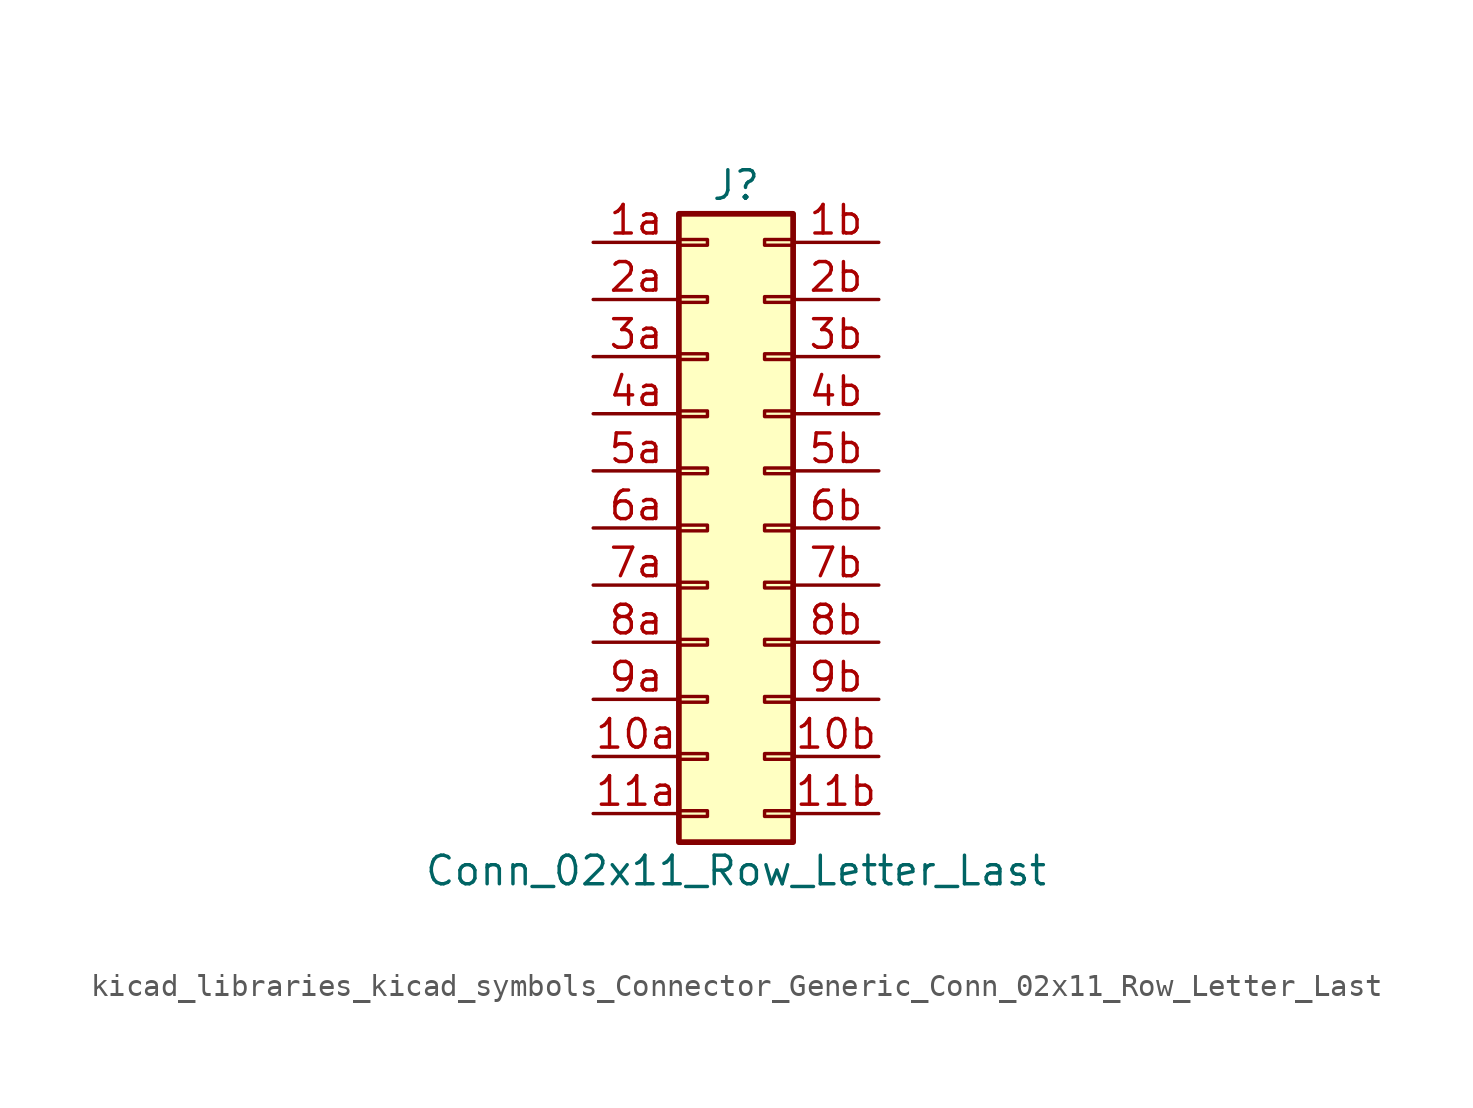
<source format=kicad_sym>
(kicad_symbol_lib
  (version 20220914)
  (generator kicad_symbol_editor)
  (symbol "kicad_libraries_kicad_symbols_Connector_Generic_Conn_02x11_Row_Letter_Last"
    (pin_names
      (offset 1.016) hide)
    (property "Reference" "J"
      (at 1.27 15.24 0)
      (effects (font (size 1.27 1.27))))
    (property "Value" "Conn_02x11_Row_Letter_Last"
      (at 1.27 -15.24 0)
      (effects (font (size 1.27 1.27))))
    (symbol "kicad_libraries_kicad_symbols_Connector_Generic_Conn_02x11_Row_Letter_Last_1_1"
      (rectangle (start -1.27 -12.573) (end 0 -12.827) (stroke (width 0.152) (type default)) (fill (type none)))
      (rectangle (start -1.27 -10.033) (end 0 -10.287) (stroke (width 0.152) (type default)) (fill (type none)))
      (rectangle (start -1.27 -7.493) (end 0 -7.747) (stroke (width 0.152) (type default)) (fill (type none)))
      (rectangle (start -1.27 -4.953) (end 0 -5.207) (stroke (width 0.152) (type default)) (fill (type none)))
      (rectangle (start -1.27 -2.413) (end 0 -2.667) (stroke (width 0.152) (type default)) (fill (type none)))
      (rectangle (start -1.27 0.127) (end 0 -0.127) (stroke (width 0.152) (type default)) (fill (type none)))
      (rectangle (start -1.27 2.667) (end 0 2.413) (stroke (width 0.152) (type default)) (fill (type none)))
      (rectangle (start -1.27 5.207) (end 0 4.953) (stroke (width 0.152) (type default)) (fill (type none)))
      (rectangle (start -1.27 7.747) (end 0 7.493) (stroke (width 0.152) (type default)) (fill (type none)))
      (rectangle (start -1.27 10.287) (end 0 10.033) (stroke (width 0.152) (type default)) (fill (type none)))
      (rectangle (start -1.27 12.827) (end 0 12.573) (stroke (width 0.152) (type default)) (fill (type none)))
      (rectangle (start -1.27 13.97) (end 3.81 -13.97) (stroke (width 0.254) (type default)) (fill (type background)))
      (rectangle (start 3.81 -12.573) (end 2.54 -12.827) (stroke (width 0.152) (type default)) (fill (type none)))
      (rectangle (start 3.81 -10.033) (end 2.54 -10.287) (stroke (width 0.152) (type default)) (fill (type none)))
      (rectangle (start 3.81 -7.493) (end 2.54 -7.747) (stroke (width 0.152) (type default)) (fill (type none)))
      (rectangle (start 3.81 -4.953) (end 2.54 -5.207) (stroke (width 0.152) (type default)) (fill (type none)))
      (rectangle (start 3.81 -2.413) (end 2.54 -2.667) (stroke (width 0.152) (type default)) (fill (type none)))
      (rectangle (start 3.81 0.127) (end 2.54 -0.127) (stroke (width 0.152) (type default)) (fill (type none)))
      (rectangle (start 3.81 2.667) (end 2.54 2.413) (stroke (width 0.152) (type default)) (fill (type none)))
      (rectangle (start 3.81 5.207) (end 2.54 4.953) (stroke (width 0.152) (type default)) (fill (type none)))
      (rectangle (start 3.81 7.747) (end 2.54 7.493) (stroke (width 0.152) (type default)) (fill (type none)))
      (rectangle (start 3.81 10.287) (end 2.54 10.033) (stroke (width 0.152) (type default)) (fill (type none)))
      (rectangle (start 3.81 12.827) (end 2.54 12.573) (stroke (width 0.152) (type default)) (fill (type none)))
      (pin passive line (at -5.08 -10.16 0) (length 3.81) (name "Pin_10a" (effects (font (size 1.27 1.27)))) (number "10a" (effects (font (size 1.27 1.27)))))
      (pin passive line (at 7.62 -10.16 180) (length 3.81) (name "Pin_10b" (effects (font (size 1.27 1.27)))) (number "10b" (effects (font (size 1.27 1.27)))))
      (pin passive line (at -5.08 -12.7 0) (length 3.81) (name "Pin_11a" (effects (font (size 1.27 1.27)))) (number "11a" (effects (font (size 1.27 1.27)))))
      (pin passive line (at 7.62 -12.7 180) (length 3.81) (name "Pin_11b" (effects (font (size 1.27 1.27)))) (number "11b" (effects (font (size 1.27 1.27)))))
      (pin passive line (at -5.08 12.7 0) (length 3.81) (name "Pin_1a" (effects (font (size 1.27 1.27)))) (number "1a" (effects (font (size 1.27 1.27)))))
      (pin passive line (at 7.62 12.7 180) (length 3.81) (name "Pin_1b" (effects (font (size 1.27 1.27)))) (number "1b" (effects (font (size 1.27 1.27)))))
      (pin passive line (at -5.08 10.16 0) (length 3.81) (name "Pin_2a" (effects (font (size 1.27 1.27)))) (number "2a" (effects (font (size 1.27 1.27)))))
      (pin passive line (at 7.62 10.16 180) (length 3.81) (name "Pin_2b" (effects (font (size 1.27 1.27)))) (number "2b" (effects (font (size 1.27 1.27)))))
      (pin passive line (at -5.08 7.62 0) (length 3.81) (name "Pin_3a" (effects (font (size 1.27 1.27)))) (number "3a" (effects (font (size 1.27 1.27)))))
      (pin passive line (at 7.62 7.62 180) (length 3.81) (name "Pin_3b" (effects (font (size 1.27 1.27)))) (number "3b" (effects (font (size 1.27 1.27)))))
      (pin passive line (at -5.08 5.08 0) (length 3.81) (name "Pin_4a" (effects (font (size 1.27 1.27)))) (number "4a" (effects (font (size 1.27 1.27)))))
      (pin passive line (at 7.62 5.08 180) (length 3.81) (name "Pin_4b" (effects (font (size 1.27 1.27)))) (number "4b" (effects (font (size 1.27 1.27)))))
      (pin passive line (at -5.08 2.54 0) (length 3.81) (name "Pin_5a" (effects (font (size 1.27 1.27)))) (number "5a" (effects (font (size 1.27 1.27)))))
      (pin passive line (at 7.62 2.54 180) (length 3.81) (name "Pin_5b" (effects (font (size 1.27 1.27)))) (number "5b" (effects (font (size 1.27 1.27)))))
      (pin passive line (at -5.08 0 0) (length 3.81) (name "Pin_6a" (effects (font (size 1.27 1.27)))) (number "6a" (effects (font (size 1.27 1.27)))))
      (pin passive line (at 7.62 0 180) (length 3.81) (name "Pin_6b" (effects (font (size 1.27 1.27)))) (number "6b" (effects (font (size 1.27 1.27)))))
      (pin passive line (at -5.08 -2.54 0) (length 3.81) (name "Pin_7a" (effects (font (size 1.27 1.27)))) (number "7a" (effects (font (size 1.27 1.27)))))
      (pin passive line (at 7.62 -2.54 180) (length 3.81) (name "Pin_7b" (effects (font (size 1.27 1.27)))) (number "7b" (effects (font (size 1.27 1.27)))))
      (pin passive line (at -5.08 -5.08 0) (length 3.81) (name "Pin_8a" (effects (font (size 1.27 1.27)))) (number "8a" (effects (font (size 1.27 1.27)))))
      (pin passive line (at 7.62 -5.08 180) (length 3.81) (name "Pin_8b" (effects (font (size 1.27 1.27)))) (number "8b" (effects (font (size 1.27 1.27)))))
      (pin passive line (at -5.08 -7.62 0) (length 3.81) (name "Pin_9a" (effects (font (size 1.27 1.27)))) (number "9a" (effects (font (size 1.27 1.27)))))
      (pin passive line (at 7.62 -7.62 180) (length 3.81) (name "Pin_9b" (effects (font (size 1.27 1.27)))) (number "9b" (effects (font (size 1.27 1.27))))))))
</source>
